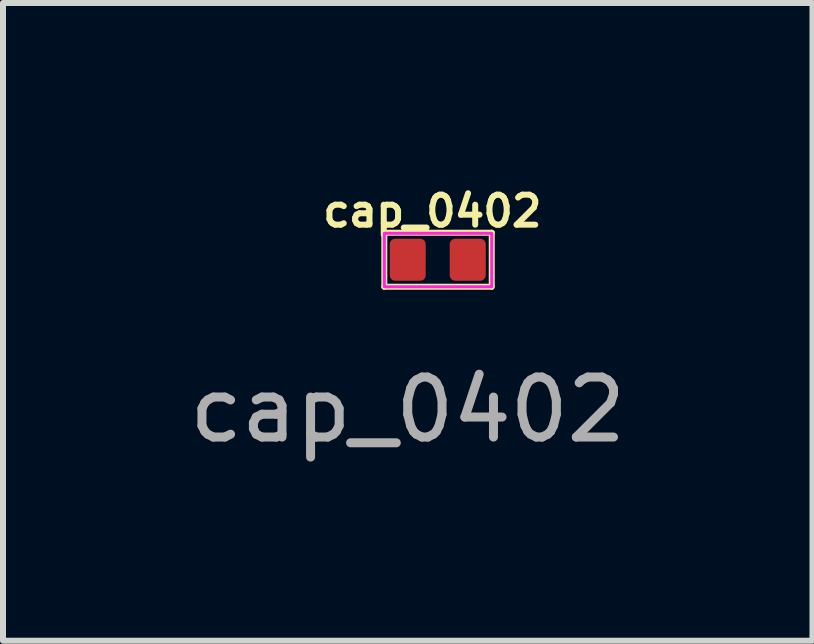
<source format=kicad_pcb>
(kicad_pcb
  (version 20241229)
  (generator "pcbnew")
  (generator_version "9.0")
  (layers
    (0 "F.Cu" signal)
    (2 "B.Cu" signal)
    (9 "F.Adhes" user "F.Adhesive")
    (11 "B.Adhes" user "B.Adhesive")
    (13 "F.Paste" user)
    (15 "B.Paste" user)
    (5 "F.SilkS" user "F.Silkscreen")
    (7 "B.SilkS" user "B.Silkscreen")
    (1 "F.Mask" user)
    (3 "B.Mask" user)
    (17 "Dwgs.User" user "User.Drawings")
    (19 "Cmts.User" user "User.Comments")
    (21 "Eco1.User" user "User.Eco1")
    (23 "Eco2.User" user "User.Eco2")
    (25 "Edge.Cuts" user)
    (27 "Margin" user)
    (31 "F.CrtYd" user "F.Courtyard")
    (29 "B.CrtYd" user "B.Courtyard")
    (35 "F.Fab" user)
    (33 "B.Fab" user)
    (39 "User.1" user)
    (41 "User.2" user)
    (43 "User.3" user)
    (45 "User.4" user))
  (footprint "cap_0402"
    (layer "F.Cu")
    (at 3.744 1.278)
    (property "Reference" "cap_0402" (at 0.41 -0.81 0) (unlocked yes) (layer "F.SilkS") (effects (font (size 0.5 0.5) (thickness 0.1))))
    (attr smd)
    (fp_line (start -0.39 -0.45) (end 1.4 -0.45) (stroke (width 0.1) (type default)) (layer "F.SilkS"))
    (fp_line (start -0.39 0.45) (end -0.39 -0.45) (stroke (width 0.1) (type default)) (layer "F.SilkS"))
    (fp_line (start 1.395 0.45) (end -0.39 0.45) (stroke (width 0.1) (type default)) (layer "F.SilkS"))
    (fp_line (start 1.4 -0.45) (end 1.4 0.45) (stroke (width 0.1) (type default)) (layer "F.SilkS"))
    (fp_rect (start -0.39 -0.44) (end 1.4 0.45) (stroke (width 0.05) (type default)) (fill no) (layer "F.CrtYd"))
    (fp_text user "${REFERENCE}" (at 0 2.5 0) (unlocked yes) (layer "F.Fab") (effects (font (size 1 1) (thickness 0.15))))
    (pad "1" smd roundrect (at 0 0) (size 0.6 0.7) (layers "F.Cu" "F.Mask" "F.Paste") (roundrect_rratio 0.15))
    (pad "2" smd roundrect (at 1 0) (size 0.6 0.7) (layers "F.Cu" "F.Mask" "F.Paste") (roundrect_rratio 0.15)))
  (gr_rect
    (start -3 -3)
    (end 10.488 7.626)
    (stroke (width 0.1) (type default))
    (fill no)
    (layer "Edge.Cuts")))
</source>
